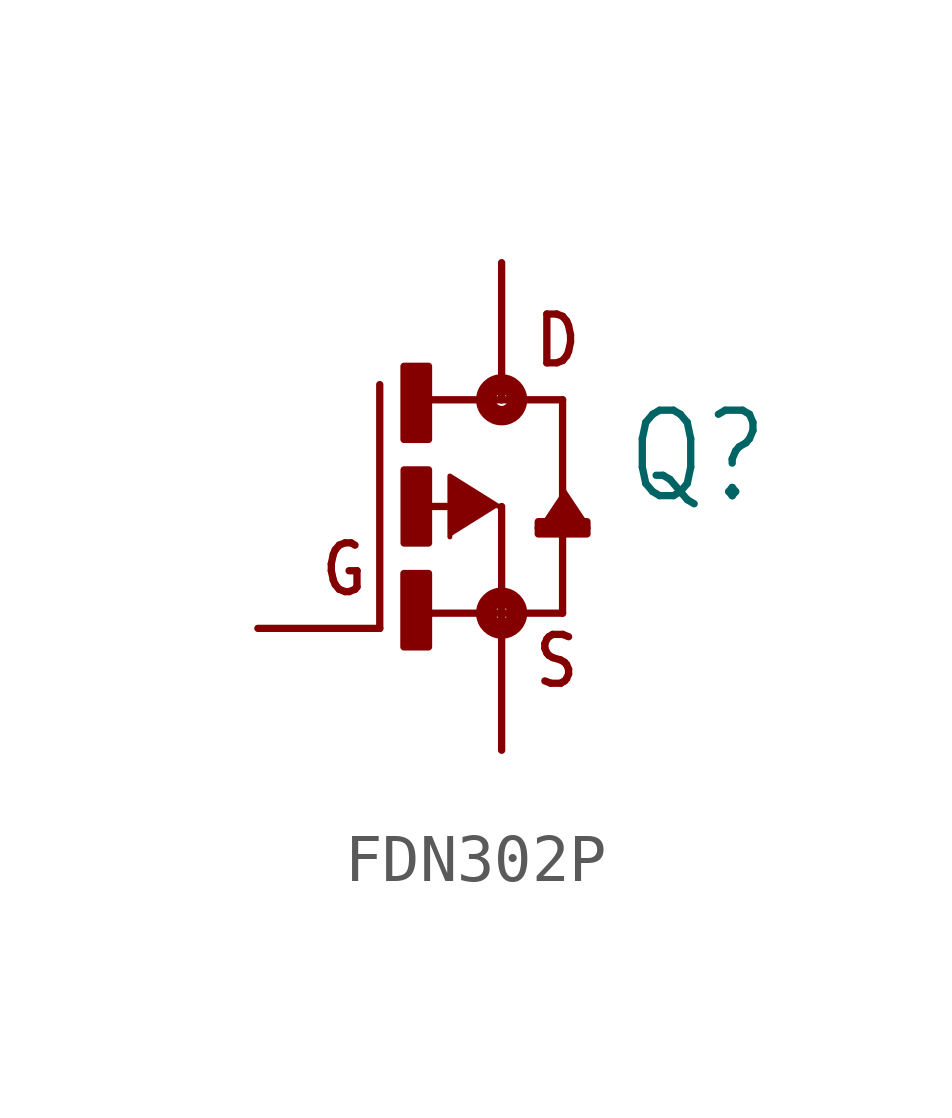
<source format=kicad_sym>
(kicad_symbol_lib
  (version 20241209)
  (generator "kicad_symbol_editor")
  (generator_version "9.0")
  (symbol "FDN302P"
    (property "Reference" "Q"
      (at 2.543 0 0)
      (effects (font (size 1.78 1.513)) (justify left bottom)))
    (property "Value" ""
      (at 2.542 -2.542 0)
      (effects (font (size 1.78 1.513)) (justify left bottom)))
    (property "ki_locked" ""
      (at 0 0 0)
      (effects (font (size 1.27 1.27))))
    (symbol "FDN302P_1_0"
      (polyline (pts (xy -2.54 -2.54) (xy -2.54 2.54)) (stroke (width 0.152) (type solid)) (fill (type none)))
      (rectangle (start -2.036 -2.926) (end -1.524 -1.397) (stroke (width 0) (type default)) (fill (type outline)))
      (rectangle (start -2.034 1.398) (end -1.524 2.921) (stroke (width 0) (type default)) (fill (type outline)))
      (rectangle (start -2.032 -0.762) (end -1.524 0.762) (stroke (width 0) (type default)) (fill (type outline)))
      (polyline (pts (xy -1.905 -2.223) (xy 0 -2.223)) (stroke (width 0.152) (type solid)) (fill (type none)))
      (polyline (pts (xy -1.587 2.223) (xy 0 2.223)) (stroke (width 0.152) (type solid)) (fill (type none)))
      (polyline (pts (xy -1.079 0) (xy -1.905 0)) (stroke (width 0.152) (type solid)) (fill (type none)))
      (polyline (pts (xy -0.064 0) (xy -1.079 0.635) (xy -1.079 -0.635)) (stroke (width 0.102) (type solid)) (fill (type outline)))
      (polyline (pts (xy 0 2.54) (xy 0 2.223)) (stroke (width 0.152) (type solid)) (fill (type none)))
      (circle (center 0 2.223) (radius 0.127) (stroke (width 0.406) (type solid)) (fill (type none)))
      (polyline (pts (xy 0 2.223) (xy 1.27 2.223)) (stroke (width 0.152) (type solid)) (fill (type none)))
      (polyline (pts (xy 0 0) (xy 0 -2.223)) (stroke (width 0.152) (type solid)) (fill (type none)))
      (polyline (pts (xy 0 -2.223) (xy 0 -2.54)) (stroke (width 0.152) (type solid)) (fill (type none)))
      (circle (center 0 -2.223) (radius 0.127) (stroke (width 0.406) (type solid)) (fill (type none)))
      (polyline (pts (xy 1.27 2.223) (xy 1.27 -2.223)) (stroke (width 0.152) (type solid)) (fill (type none)))
      (polyline (pts (xy 1.27 0.318) (xy 1.778 -0.445) (xy 0.762 -0.445)) (stroke (width 0.152) (type solid)) (fill (type outline)))
      (polyline (pts (xy 1.27 -2.223) (xy 0 -2.223)) (stroke (width 0.152) (type solid)) (fill (type none)))
      (rectangle (start 1.778 -0.317) (end 0.763 -0.572) (stroke (width 0) (type default)) (fill (type outline)))
      (text "G" (at -3.814 -1.907 0) (effects (font (size 1.017 0.864)) (justify left bottom)))
      (text "D" (at 0.636 2.861 0) (effects (font (size 1.017 0.865)) (justify left bottom)))
      (text "S" (at 0.636 -3.816 0) (effects (font (size 1.018 0.865)) (justify left bottom)))
      (pin passive line (at -5.08 -2.54 0) (length 2.54) (name "G" (effects (font (size 0 0)))) (number "1" (effects (font (size 0 0)))))
      (pin passive line (at 0 5.08 270) (length 2.54) (name "D" (effects (font (size 0 0)))) (number "3" (effects (font (size 0 0)))))
      (pin passive line (at 0 -5.08 90) (length 2.54) (name "S" (effects (font (size 0 0)))) (number "2" (effects (font (size 0 0))))))))
</source>
